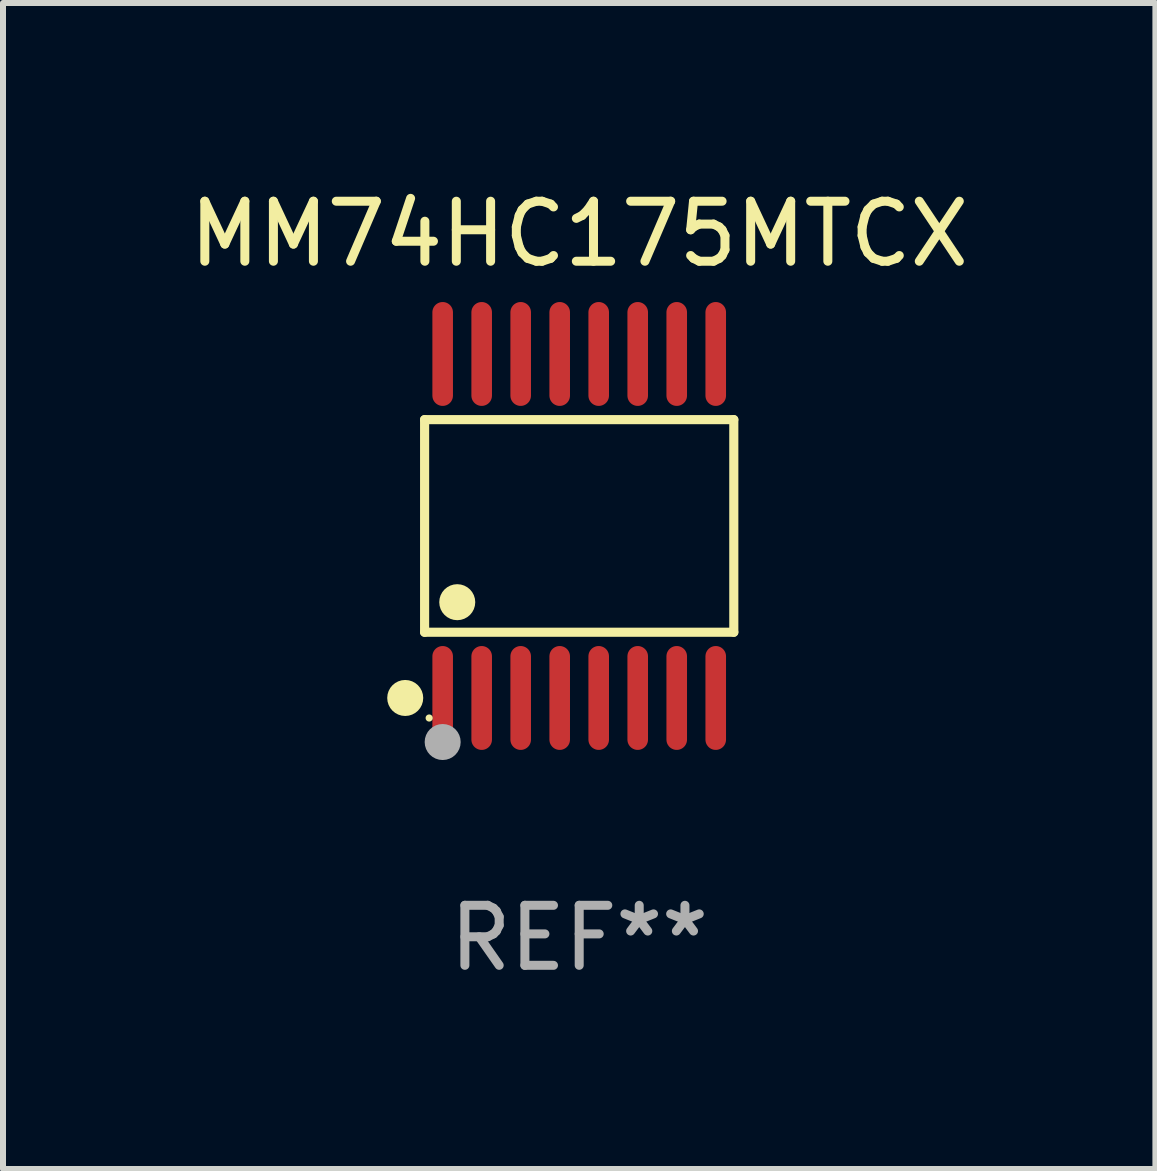
<source format=kicad_pcb>
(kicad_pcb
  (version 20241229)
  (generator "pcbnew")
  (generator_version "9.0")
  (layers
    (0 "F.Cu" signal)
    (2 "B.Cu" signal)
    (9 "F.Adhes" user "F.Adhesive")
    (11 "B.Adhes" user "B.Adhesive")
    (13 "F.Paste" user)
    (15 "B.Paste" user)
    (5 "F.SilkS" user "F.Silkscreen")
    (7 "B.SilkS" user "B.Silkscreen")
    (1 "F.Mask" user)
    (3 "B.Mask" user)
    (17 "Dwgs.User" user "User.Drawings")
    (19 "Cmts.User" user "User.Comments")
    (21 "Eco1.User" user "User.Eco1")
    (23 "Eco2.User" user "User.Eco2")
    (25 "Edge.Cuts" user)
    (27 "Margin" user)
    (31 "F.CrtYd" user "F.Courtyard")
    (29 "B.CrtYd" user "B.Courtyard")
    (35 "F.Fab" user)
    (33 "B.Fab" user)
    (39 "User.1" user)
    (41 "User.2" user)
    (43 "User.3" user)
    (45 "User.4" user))
  (footprint "MM74HC175MTCX"
    (layer "F.Cu")
    (at 6.601 5.714)
    (property "Reference" "MM74HC175MTCX" (at 0 -4.866 0) (layer "F.SilkS") (effects (font (size 1 1) (thickness 0.15))))
    (attr through_hole)
    (fp_line (start -2.576 -1.772) (end 2.576 -1.772) (stroke (width 0.152) (type solid)) (layer "F.SilkS"))
    (fp_line (start -2.576 1.771) (end -2.576 -1.772) (stroke (width 0.152) (type solid)) (layer "F.SilkS"))
    (fp_line (start 2.576 -1.772) (end 2.576 1.771) (stroke (width 0.152) (type solid)) (layer "F.SilkS"))
    (fp_line (start 2.576 1.771) (end -2.576 1.771) (stroke (width 0.152) (type solid)) (layer "F.SilkS"))
    (fp_circle (center -2.899 2.866) (end -2.749 2.866) (stroke (width 0.3) (type solid)) (fill no) (layer "F.SilkS"))
    (fp_circle (center -2.5 3.2) (end -2.47 3.2) (stroke (width 0.06) (type solid)) (fill no) (layer "F.SilkS"))
    (fp_circle (center -2.032 1.27) (end -1.882 1.27) (stroke (width 0.3) (type solid)) (fill no) (layer "F.SilkS"))
    (fp_circle (center -2.275 3.6) (end -2.125 3.6) (stroke (width 0.3) (type solid)) (fill no) (layer "F.Fab"))
    (fp_text user "REF**" (at 0 6.866 0) (layer "F.Fab") (effects (font (size 1 1) (thickness 0.15))))
    (pad "1" smd oval (at -2.275 2.866) (size 0.343 1.731) (layers "F.Cu" "F.Mask" "F.Paste"))
    (pad "2" smd oval (at -1.625 2.866) (size 0.343 1.731) (layers "F.Cu" "F.Mask" "F.Paste"))
    (pad "3" smd oval (at -0.975 2.866) (size 0.343 1.731) (layers "F.Cu" "F.Mask" "F.Paste"))
    (pad "4" smd oval (at -0.325 2.866) (size 0.343 1.731) (layers "F.Cu" "F.Mask" "F.Paste"))
    (pad "5" smd oval (at 0.325 2.866) (size 0.343 1.731) (layers "F.Cu" "F.Mask" "F.Paste"))
    (pad "6" smd oval (at 0.975 2.866) (size 0.343 1.731) (layers "F.Cu" "F.Mask" "F.Paste"))
    (pad "7" smd oval (at 1.625 2.866) (size 0.343 1.731) (layers "F.Cu" "F.Mask" "F.Paste"))
    (pad "8" smd oval (at 2.275 2.866) (size 0.343 1.731) (layers "F.Cu" "F.Mask" "F.Paste"))
    (pad "9" smd oval (at 2.275 -2.866) (size 0.343 1.731) (layers "F.Cu" "F.Mask" "F.Paste"))
    (pad "10" smd oval (at 1.625 -2.866) (size 0.343 1.731) (layers "F.Cu" "F.Mask" "F.Paste"))
    (pad "11" smd oval (at 0.975 -2.866) (size 0.343 1.731) (layers "F.Cu" "F.Mask" "F.Paste"))
    (pad "12" smd oval (at 0.325 -2.866) (size 0.343 1.731) (layers "F.Cu" "F.Mask" "F.Paste"))
    (pad "13" smd oval (at -0.325 -2.866) (size 0.343 1.731) (layers "F.Cu" "F.Mask" "F.Paste"))
    (pad "14" smd oval (at -0.975 -2.866) (size 0.343 1.731) (layers "F.Cu" "F.Mask" "F.Paste"))
    (pad "15" smd oval (at -1.625 -2.866) (size 0.343 1.731) (layers "F.Cu" "F.Mask" "F.Paste"))
    (pad "16" smd oval (at -2.275 -2.866) (size 0.343 1.731) (layers "F.Cu" "F.Mask" "F.Paste")))
  (gr_rect
    (start -3 -3)
    (end 16.202 16.428)
    (stroke (width 0.1) (type default))
    (fill no)
    (layer "Edge.Cuts")))
</source>
